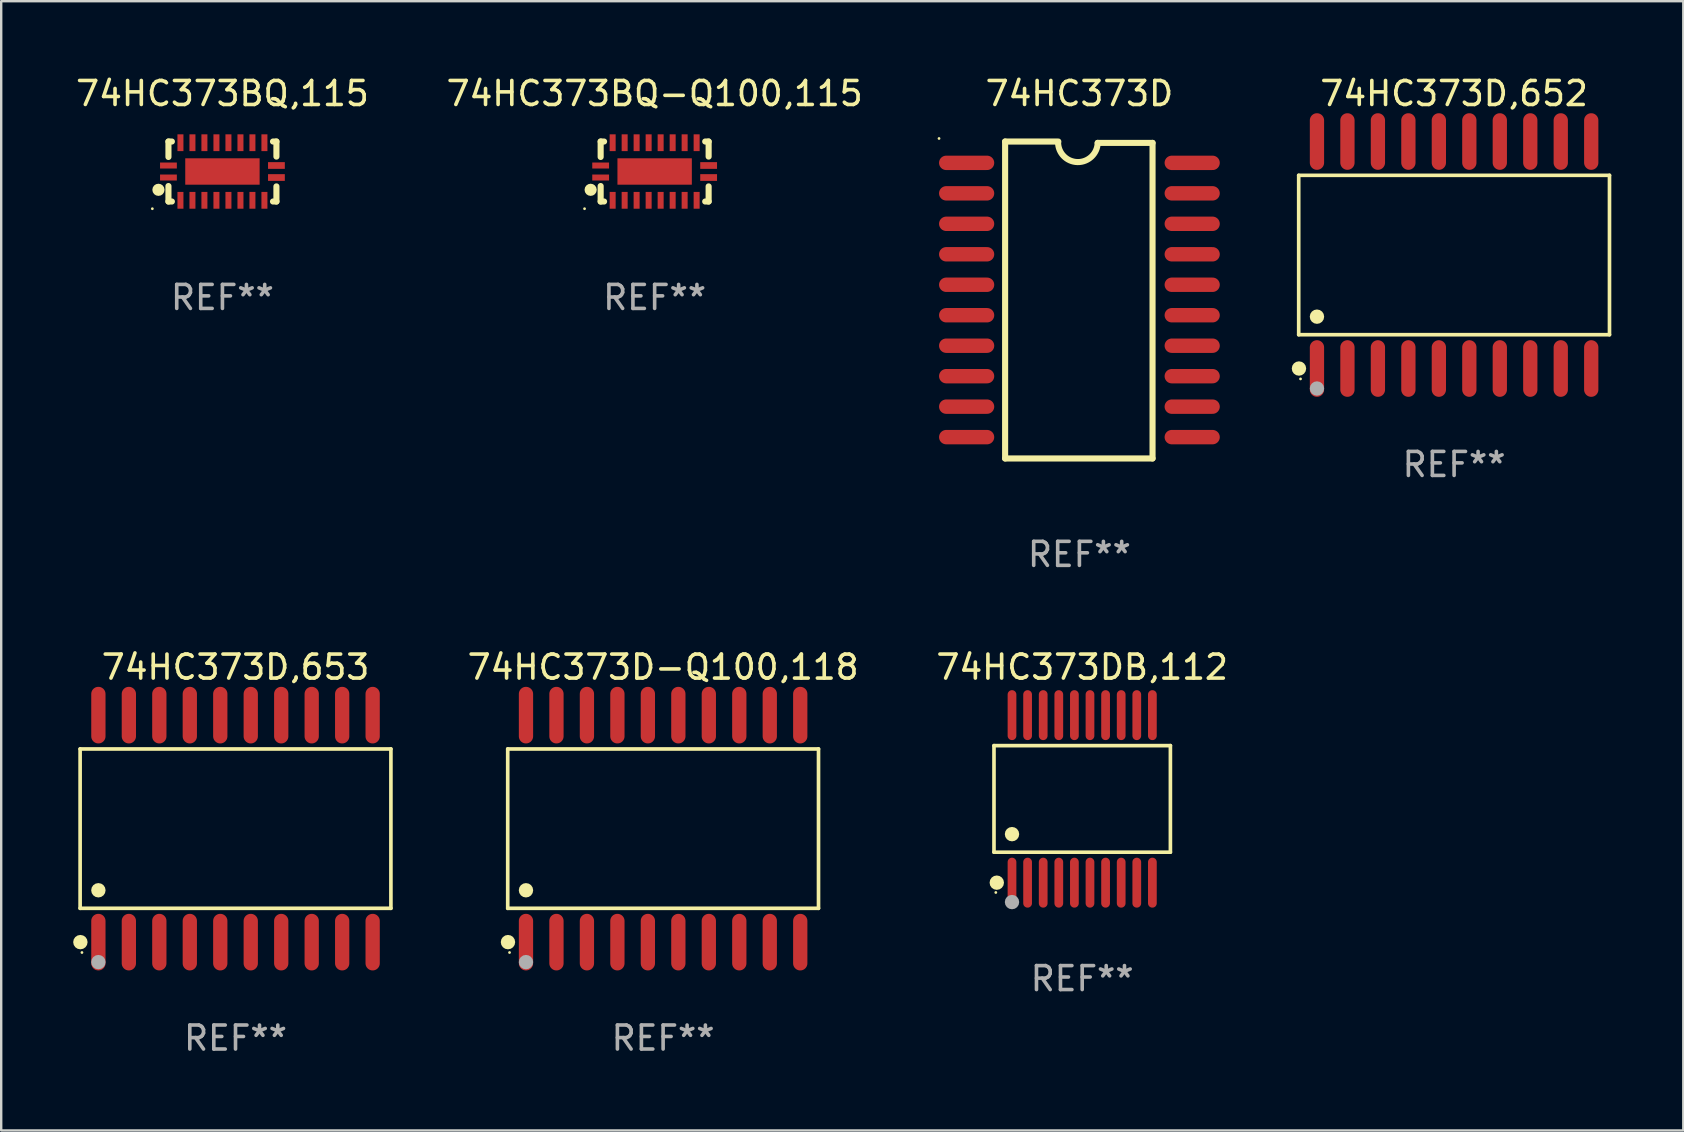
<source format=kicad_pcb>
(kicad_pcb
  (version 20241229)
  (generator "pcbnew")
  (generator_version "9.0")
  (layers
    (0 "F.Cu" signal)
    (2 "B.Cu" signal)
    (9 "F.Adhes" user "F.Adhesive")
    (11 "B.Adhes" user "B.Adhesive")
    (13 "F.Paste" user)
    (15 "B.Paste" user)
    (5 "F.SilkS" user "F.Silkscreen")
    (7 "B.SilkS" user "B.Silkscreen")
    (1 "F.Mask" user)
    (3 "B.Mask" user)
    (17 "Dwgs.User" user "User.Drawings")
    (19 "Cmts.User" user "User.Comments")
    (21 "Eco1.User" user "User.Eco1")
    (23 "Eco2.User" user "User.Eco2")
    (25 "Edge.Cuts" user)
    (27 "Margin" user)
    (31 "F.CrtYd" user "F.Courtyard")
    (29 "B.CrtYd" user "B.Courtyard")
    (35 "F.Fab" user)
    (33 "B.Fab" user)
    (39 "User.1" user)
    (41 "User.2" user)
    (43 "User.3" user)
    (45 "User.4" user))
  (footprint "74HC373DB,112"
    (layer "F.Cu")
    (at 42.05 30.244)
    (property "Reference" "74HC373DB,112" (at 0 -5.491 0) (layer "F.SilkS") (effects (font (size 1 1) (thickness 0.15))))
    (attr through_hole)
    (fp_line (start -3.676 -2.221) (end 3.676 -2.221) (stroke (width 0.152) (type solid)) (layer "F.SilkS"))
    (fp_line (start -3.676 2.221) (end -3.676 -2.221) (stroke (width 0.152) (type solid)) (layer "F.SilkS"))
    (fp_line (start 3.676 -2.221) (end 3.676 2.221) (stroke (width 0.152) (type solid)) (layer "F.SilkS"))
    (fp_line (start 3.676 2.221) (end -3.676 2.221) (stroke (width 0.152) (type solid)) (layer "F.SilkS"))
    (fp_circle (center -3.6 3.9) (end -3.57 3.9) (stroke (width 0.06) (type solid)) (fill no) (layer "F.SilkS"))
    (fp_circle (center -3.559 3.491) (end -3.409 3.491) (stroke (width 0.3) (type solid)) (fill no) (layer "F.SilkS"))
    (fp_circle (center -2.925 1.469) (end -2.775 1.469) (stroke (width 0.3) (type solid)) (fill no) (layer "F.SilkS"))
    (fp_circle (center -2.925 4.3) (end -2.775 4.3) (stroke (width 0.3) (type solid)) (fill no) (layer "F.Fab"))
    (fp_text user "REF**" (at 0 7.491 0) (layer "F.Fab") (effects (font (size 1 1) (thickness 0.15))))
    (pad "1" smd oval (at -2.925 3.491) (size 0.364 2.082) (layers "F.Cu" "F.Mask" "F.Paste"))
    (pad "2" smd oval (at -2.275 3.491) (size 0.364 2.082) (layers "F.Cu" "F.Mask" "F.Paste"))
    (pad "3" smd oval (at -1.625 3.491) (size 0.364 2.082) (layers "F.Cu" "F.Mask" "F.Paste"))
    (pad "4" smd oval (at -0.975 3.491) (size 0.364 2.082) (layers "F.Cu" "F.Mask" "F.Paste"))
    (pad "5" smd oval (at -0.325 3.491) (size 0.364 2.082) (layers "F.Cu" "F.Mask" "F.Paste"))
    (pad "6" smd oval (at 0.325 3.491) (size 0.364 2.082) (layers "F.Cu" "F.Mask" "F.Paste"))
    (pad "7" smd oval (at 0.975 3.491) (size 0.364 2.082) (layers "F.Cu" "F.Mask" "F.Paste"))
    (pad "8" smd oval (at 1.625 3.491) (size 0.364 2.082) (layers "F.Cu" "F.Mask" "F.Paste"))
    (pad "9" smd oval (at 2.275 3.491) (size 0.364 2.082) (layers "F.Cu" "F.Mask" "F.Paste"))
    (pad "10" smd oval (at 2.925 3.491) (size 0.364 2.082) (layers "F.Cu" "F.Mask" "F.Paste"))
    (pad "11" smd oval (at 2.925 -3.491) (size 0.364 2.082) (layers "F.Cu" "F.Mask" "F.Paste"))
    (pad "12" smd oval (at 2.275 -3.491) (size 0.364 2.082) (layers "F.Cu" "F.Mask" "F.Paste"))
    (pad "13" smd oval (at 1.625 -3.491) (size 0.364 2.082) (layers "F.Cu" "F.Mask" "F.Paste"))
    (pad "14" smd oval (at 0.975 -3.491) (size 0.364 2.082) (layers "F.Cu" "F.Mask" "F.Paste"))
    (pad "15" smd oval (at 0.325 -3.491) (size 0.364 2.082) (layers "F.Cu" "F.Mask" "F.Paste"))
    (pad "16" smd oval (at -0.325 -3.491) (size 0.364 2.082) (layers "F.Cu" "F.Mask" "F.Paste"))
    (pad "17" smd oval (at -0.975 -3.491) (size 0.364 2.082) (layers "F.Cu" "F.Mask" "F.Paste"))
    (pad "18" smd oval (at -1.625 -3.491) (size 0.364 2.082) (layers "F.Cu" "F.Mask" "F.Paste"))
    (pad "19" smd oval (at -2.275 -3.491) (size 0.364 2.082) (layers "F.Cu" "F.Mask" "F.Paste"))
    (pad "20" smd oval (at -2.925 -3.491) (size 0.364 2.082) (layers "F.Cu" "F.Mask" "F.Paste")))
  (footprint "74HC373D"
    (layer "F.Cu")
    (at 41.934 9.452)
    (property "Reference" "74HC373D" (at 0 -8.604 0) (layer "F.SilkS") (effects (font (size 1 1) (thickness 0.15))))
    (attr through_hole)
    (fp_line (start -3.096 -6.604) (end -0.879 -6.604) (stroke (width 0.254) (type solid)) (layer "F.SilkS"))
    (fp_line (start -3.096 6.604) (end -3.096 -6.604) (stroke (width 0.254) (type solid)) (layer "F.SilkS"))
    (fp_line (start 0.762 -6.547) (end 3.048 -6.547) (stroke (width 0.254) (type solid)) (layer "F.SilkS"))
    (fp_line (start 3.048 -6.547) (end 3.048 6.604) (stroke (width 0.254) (type solid)) (layer "F.SilkS"))
    (fp_line (start 3.048 6.604) (end -3.096 6.604) (stroke (width 0.254) (type solid)) (layer "F.SilkS"))
    (fp_arc (start 0.761976 -6.547422) (mid -0.076028 -5.747418) (end -0.889027 -6.572821) (stroke (width 0.254001) (type solid)) (layer "F.SilkS"))
    (fp_circle (center -5.85 -6.731) (end -5.82 -6.731) (stroke (width 0.06) (type solid)) (fill no) (layer "F.SilkS"))
    (fp_text user "REF**" (at 0 10.604 0) (layer "F.Fab") (effects (font (size 1 1) (thickness 0.15))))
    (pad "1" smd oval (at -4.7 -5.715 90) (size 0.6 2.3) (layers "F.Cu" "F.Mask" "F.Paste"))
    (pad "2" smd oval (at -4.7 -4.445 90) (size 0.6 2.3) (layers "F.Cu" "F.Mask" "F.Paste"))
    (pad "3" smd oval (at -4.7 -3.175 90) (size 0.6 2.3) (layers "F.Cu" "F.Mask" "F.Paste"))
    (pad "4" smd oval (at -4.7 -1.905 90) (size 0.6 2.3) (layers "F.Cu" "F.Mask" "F.Paste"))
    (pad "5" smd oval (at -4.7 -0.635 90) (size 0.6 2.3) (layers "F.Cu" "F.Mask" "F.Paste"))
    (pad "6" smd oval (at -4.7 0.635 90) (size 0.6 2.3) (layers "F.Cu" "F.Mask" "F.Paste"))
    (pad "7" smd oval (at -4.7 1.905 90) (size 0.6 2.3) (layers "F.Cu" "F.Mask" "F.Paste"))
    (pad "8" smd oval (at -4.7 3.175 90) (size 0.6 2.3) (layers "F.Cu" "F.Mask" "F.Paste"))
    (pad "9" smd oval (at -4.7 4.445 90) (size 0.6 2.3) (layers "F.Cu" "F.Mask" "F.Paste"))
    (pad "10" smd oval (at -4.7 5.715 90) (size 0.6 2.3) (layers "F.Cu" "F.Mask" "F.Paste"))
    (pad "11" smd oval (at 4.7 5.715 90) (size 0.6 2.3) (layers "F.Cu" "F.Mask" "F.Paste"))
    (pad "12" smd oval (at 4.7 4.445 90) (size 0.6 2.3) (layers "F.Cu" "F.Mask" "F.Paste"))
    (pad "13" smd oval (at 4.7 3.175 90) (size 0.6 2.3) (layers "F.Cu" "F.Mask" "F.Paste"))
    (pad "14" smd oval (at 4.7 1.905 90) (size 0.6 2.3) (layers "F.Cu" "F.Mask" "F.Paste"))
    (pad "15" smd oval (at 4.7 0.635 90) (size 0.6 2.3) (layers "F.Cu" "F.Mask" "F.Paste"))
    (pad "16" smd oval (at 4.7 -0.635 90) (size 0.6 2.3) (layers "F.Cu" "F.Mask" "F.Paste"))
    (pad "17" smd oval (at 4.7 -1.905 90) (size 0.6 2.3) (layers "F.Cu" "F.Mask" "F.Paste"))
    (pad "18" smd oval (at 4.7 -3.175 90) (size 0.6 2.3) (layers "F.Cu" "F.Mask" "F.Paste"))
    (pad "19" smd oval (at 4.7 -4.445 90) (size 0.6 2.3) (layers "F.Cu" "F.Mask" "F.Paste"))
    (pad "20" smd oval (at 4.7 -5.715 90) (size 0.6 2.3) (layers "F.Cu" "F.Mask" "F.Paste")))
  (footprint "74HC373D,653"
    (layer "F.Cu")
    (at 6.765 31.483)
    (property "Reference" "74HC373D,653" (at 0 -6.73 0) (layer "F.SilkS") (effects (font (size 1 1) (thickness 0.15))))
    (attr through_hole)
    (fp_line (start -6.476 -3.321) (end 6.476 -3.321) (stroke (width 0.152) (type solid)) (layer "F.SilkS"))
    (fp_line (start -6.476 3.321) (end -6.476 -3.321) (stroke (width 0.152) (type solid)) (layer "F.SilkS"))
    (fp_line (start 6.476 -3.321) (end 6.476 3.321) (stroke (width 0.152) (type solid)) (layer "F.SilkS"))
    (fp_line (start 6.476 3.321) (end -6.476 3.321) (stroke (width 0.152) (type solid)) (layer "F.SilkS"))
    (fp_circle (center -6.465 4.73) (end -6.315 4.73) (stroke (width 0.3) (type solid)) (fill no) (layer "F.SilkS"))
    (fp_circle (center -6.4 5.163) (end -6.37 5.163) (stroke (width 0.06) (type solid)) (fill no) (layer "F.SilkS"))
    (fp_circle (center -5.715 2.569) (end -5.565 2.569) (stroke (width 0.3) (type solid)) (fill no) (layer "F.SilkS"))
    (fp_circle (center -5.715 5.563) (end -5.565 5.563) (stroke (width 0.3) (type solid)) (fill no) (layer "F.Fab"))
    (fp_text user "REF**" (at 0 8.73 0) (layer "F.Fab") (effects (font (size 1 1) (thickness 0.15))))
    (pad "1" smd oval (at -5.715 4.73) (size 0.595 2.36) (layers "F.Cu" "F.Mask" "F.Paste"))
    (pad "2" smd oval (at -4.445 4.73) (size 0.595 2.36) (layers "F.Cu" "F.Mask" "F.Paste"))
    (pad "3" smd oval (at -3.175 4.73) (size 0.595 2.36) (layers "F.Cu" "F.Mask" "F.Paste"))
    (pad "4" smd oval (at -1.905 4.73) (size 0.595 2.36) (layers "F.Cu" "F.Mask" "F.Paste"))
    (pad "5" smd oval (at -0.635 4.73) (size 0.595 2.36) (layers "F.Cu" "F.Mask" "F.Paste"))
    (pad "6" smd oval (at 0.635 4.73) (size 0.595 2.36) (layers "F.Cu" "F.Mask" "F.Paste"))
    (pad "7" smd oval (at 1.905 4.73) (size 0.595 2.36) (layers "F.Cu" "F.Mask" "F.Paste"))
    (pad "8" smd oval (at 3.175 4.73) (size 0.595 2.36) (layers "F.Cu" "F.Mask" "F.Paste"))
    (pad "9" smd oval (at 4.445 4.73) (size 0.595 2.36) (layers "F.Cu" "F.Mask" "F.Paste"))
    (pad "10" smd oval (at 5.715 4.73) (size 0.595 2.36) (layers "F.Cu" "F.Mask" "F.Paste"))
    (pad "11" smd oval (at 5.715 -4.73) (size 0.595 2.36) (layers "F.Cu" "F.Mask" "F.Paste"))
    (pad "12" smd oval (at 4.445 -4.73) (size 0.595 2.36) (layers "F.Cu" "F.Mask" "F.Paste"))
    (pad "13" smd oval (at 3.175 -4.73) (size 0.595 2.36) (layers "F.Cu" "F.Mask" "F.Paste"))
    (pad "14" smd oval (at 1.905 -4.73) (size 0.595 2.36) (layers "F.Cu" "F.Mask" "F.Paste"))
    (pad "15" smd oval (at 0.635 -4.73) (size 0.595 2.36) (layers "F.Cu" "F.Mask" "F.Paste"))
    (pad "16" smd oval (at -0.635 -4.73) (size 0.595 2.36) (layers "F.Cu" "F.Mask" "F.Paste"))
    (pad "17" smd oval (at -1.905 -4.73) (size 0.595 2.36) (layers "F.Cu" "F.Mask" "F.Paste"))
    (pad "18" smd oval (at -3.175 -4.73) (size 0.595 2.36) (layers "F.Cu" "F.Mask" "F.Paste"))
    (pad "19" smd oval (at -4.445 -4.73) (size 0.595 2.36) (layers "F.Cu" "F.Mask" "F.Paste"))
    (pad "20" smd oval (at -5.715 -4.73) (size 0.595 2.36) (layers "F.Cu" "F.Mask" "F.Paste")))
  (footprint "74HC373D,652"
    (layer "F.Cu")
    (at 57.549 7.578)
    (property "Reference" "74HC373D,652" (at 0 -6.73 0) (layer "F.SilkS") (effects (font (size 1 1) (thickness 0.15))))
    (attr through_hole)
    (fp_line (start -6.476 -3.321) (end 6.476 -3.321) (stroke (width 0.152) (type solid)) (layer "F.SilkS"))
    (fp_line (start -6.476 3.321) (end -6.476 -3.321) (stroke (width 0.152) (type solid)) (layer "F.SilkS"))
    (fp_line (start 6.476 -3.321) (end 6.476 3.321) (stroke (width 0.152) (type solid)) (layer "F.SilkS"))
    (fp_line (start 6.476 3.321) (end -6.476 3.321) (stroke (width 0.152) (type solid)) (layer "F.SilkS"))
    (fp_circle (center -6.465 4.73) (end -6.315 4.73) (stroke (width 0.3) (type solid)) (fill no) (layer "F.SilkS"))
    (fp_circle (center -6.4 5.163) (end -6.37 5.163) (stroke (width 0.06) (type solid)) (fill no) (layer "F.SilkS"))
    (fp_circle (center -5.715 2.569) (end -5.565 2.569) (stroke (width 0.3) (type solid)) (fill no) (layer "F.SilkS"))
    (fp_circle (center -5.715 5.563) (end -5.565 5.563) (stroke (width 0.3) (type solid)) (fill no) (layer "F.Fab"))
    (fp_text user "REF**" (at 0 8.73 0) (layer "F.Fab") (effects (font (size 1 1) (thickness 0.15))))
    (pad "1" smd oval (at -5.715 4.73) (size 0.595 2.36) (layers "F.Cu" "F.Mask" "F.Paste"))
    (pad "2" smd oval (at -4.445 4.73) (size 0.595 2.36) (layers "F.Cu" "F.Mask" "F.Paste"))
    (pad "3" smd oval (at -3.175 4.73) (size 0.595 2.36) (layers "F.Cu" "F.Mask" "F.Paste"))
    (pad "4" smd oval (at -1.905 4.73) (size 0.595 2.36) (layers "F.Cu" "F.Mask" "F.Paste"))
    (pad "5" smd oval (at -0.635 4.73) (size 0.595 2.36) (layers "F.Cu" "F.Mask" "F.Paste"))
    (pad "6" smd oval (at 0.635 4.73) (size 0.595 2.36) (layers "F.Cu" "F.Mask" "F.Paste"))
    (pad "7" smd oval (at 1.905 4.73) (size 0.595 2.36) (layers "F.Cu" "F.Mask" "F.Paste"))
    (pad "8" smd oval (at 3.175 4.73) (size 0.595 2.36) (layers "F.Cu" "F.Mask" "F.Paste"))
    (pad "9" smd oval (at 4.445 4.73) (size 0.595 2.36) (layers "F.Cu" "F.Mask" "F.Paste"))
    (pad "10" smd oval (at 5.715 4.73) (size 0.595 2.36) (layers "F.Cu" "F.Mask" "F.Paste"))
    (pad "11" smd oval (at 5.715 -4.73) (size 0.595 2.36) (layers "F.Cu" "F.Mask" "F.Paste"))
    (pad "12" smd oval (at 4.445 -4.73) (size 0.595 2.36) (layers "F.Cu" "F.Mask" "F.Paste"))
    (pad "13" smd oval (at 3.175 -4.73) (size 0.595 2.36) (layers "F.Cu" "F.Mask" "F.Paste"))
    (pad "14" smd oval (at 1.905 -4.73) (size 0.595 2.36) (layers "F.Cu" "F.Mask" "F.Paste"))
    (pad "15" smd oval (at 0.635 -4.73) (size 0.595 2.36) (layers "F.Cu" "F.Mask" "F.Paste"))
    (pad "16" smd oval (at -0.635 -4.73) (size 0.595 2.36) (layers "F.Cu" "F.Mask" "F.Paste"))
    (pad "17" smd oval (at -1.905 -4.73) (size 0.595 2.36) (layers "F.Cu" "F.Mask" "F.Paste"))
    (pad "18" smd oval (at -3.175 -4.73) (size 0.595 2.36) (layers "F.Cu" "F.Mask" "F.Paste"))
    (pad "19" smd oval (at -4.445 -4.73) (size 0.595 2.36) (layers "F.Cu" "F.Mask" "F.Paste"))
    (pad "20" smd oval (at -5.715 -4.73) (size 0.595 2.36) (layers "F.Cu" "F.Mask" "F.Paste")))
  (footprint "74HC373BQ,115"
    (layer "F.Cu")
    (at 6.22 4.098)
    (property "Reference" "74HC373BQ,115" (at 0 -3.25 0) (layer "F.SilkS") (effects (font (size 1 1) (thickness 0.15))))
    (attr through_hole)
    (fp_line (start -2.25 0.605) (end -2.25 1.25) (stroke (width 0.254) (type solid)) (layer "F.SilkS"))
    (fp_line (start -2.25 1.25) (end -2.107 1.25) (stroke (width 0.254) (type solid)) (layer "F.SilkS"))
    (fp_line (start -2.25 -1.25) (end -2.25 -0.606) (stroke (width 0.254) (type solid)) (layer "F.SilkS"))
    (fp_line (start -2.25 -1.25) (end -2.107 -1.25) (stroke (width 0.254) (type solid)) (layer "F.SilkS"))
    (fp_line (start 2.107 -1.25) (end 2.25 -1.25) (stroke (width 0.254) (type solid)) (layer "F.SilkS"))
    (fp_line (start 2.107 1.25) (end 2.25 1.25) (stroke (width 0.254) (type solid)) (layer "F.SilkS"))
    (fp_line (start 2.25 -1.25) (end 2.25 -0.622) (stroke (width 0.254) (type solid)) (layer "F.SilkS"))
    (fp_line (start 2.25 0.62) (end 2.25 1.25) (stroke (width 0.254) (type solid)) (layer "F.SilkS"))
    (fp_circle (center -2.921 1.55) (end -2.891 1.55) (stroke (width 0.06) (type solid)) (fill no) (layer "F.SilkS"))
    (fp_circle (center -2.667 0.762) (end -2.54 0.762) (stroke (width 0.254) (type solid)) (fill no) (layer "F.SilkS"))
    (fp_text user "REF**" (at 0 5.25 0) (layer "F.Fab") (effects (font (size 1 1) (thickness 0.15))))
    (pad "1" smd rect (at -2.25 0.25 180) (size 0.7 0.25) (layers "F.Cu" "F.Mask" "F.Paste"))
    (pad "2" smd rect (at -1.75 1.2 90) (size 0.7 0.25) (layers "F.Cu" "F.Mask" "F.Paste"))
    (pad "3" smd rect (at -1.25 1.2 90) (size 0.7 0.25) (layers "F.Cu" "F.Mask" "F.Paste"))
    (pad "4" smd rect (at -0.751 1.2 90) (size 0.7 0.25) (layers "F.Cu" "F.Mask" "F.Paste"))
    (pad "5" smd rect (at -0.25 1.2 90) (size 0.7 0.25) (layers "F.Cu" "F.Mask" "F.Paste"))
    (pad "6" smd rect (at 0.25 1.2 90) (size 0.7 0.25) (layers "F.Cu" "F.Mask" "F.Paste"))
    (pad "7" smd rect (at 0.751 1.2 90) (size 0.7 0.25) (layers "F.Cu" "F.Mask" "F.Paste"))
    (pad "8" smd rect (at 1.25 1.2 90) (size 0.7 0.25) (layers "F.Cu" "F.Mask" "F.Paste"))
    (pad "9" smd rect (at 1.75 1.2 90) (size 0.7 0.25) (layers "F.Cu" "F.Mask" "F.Paste"))
    (pad "10" smd rect (at 2.25 0.25 180) (size 0.7 0.28) (layers "F.Cu" "F.Mask" "F.Paste"))
    (pad "11" smd rect (at 2.25 -0.251 180) (size 0.7 0.28) (layers "F.Cu" "F.Mask" "F.Paste"))
    (pad "12" smd rect (at 1.75 -1.2 90) (size 0.7 0.25) (layers "F.Cu" "F.Mask" "F.Paste"))
    (pad "13" smd rect (at 1.25 -1.2 90) (size 0.7 0.25) (layers "F.Cu" "F.Mask" "F.Paste"))
    (pad "14" smd rect (at 0.751 -1.2 90) (size 0.7 0.25) (layers "F.Cu" "F.Mask" "F.Paste"))
    (pad "15" smd rect (at 0.25 -1.2 90) (size 0.7 0.25) (layers "F.Cu" "F.Mask" "F.Paste"))
    (pad "16" smd rect (at -0.25 -1.2 90) (size 0.7 0.25) (layers "F.Cu" "F.Mask" "F.Paste"))
    (pad "17" smd rect (at -0.751 -1.2 90) (size 0.7 0.25) (layers "F.Cu" "F.Mask" "F.Paste"))
    (pad "18" smd rect (at -1.25 -1.2 90) (size 0.7 0.25) (layers "F.Cu" "F.Mask" "F.Paste"))
    (pad "19" smd rect (at -1.75 -1.2 90) (size 0.7 0.25) (layers "F.Cu" "F.Mask" "F.Paste"))
    (pad "20" smd rect (at -2.25 -0.25 180) (size 0.7 0.25) (layers "F.Cu" "F.Mask" "F.Paste"))
    (pad "21" smd rect (at 0 -0.001 180) (size 3.1 1.1) (layers "F.Cu" "F.Mask" "F.Paste")))
  (footprint "74HC373BQ-Q100,115"
    (layer "F.Cu")
    (at 24.232 4.098)
    (property "Reference" "74HC373BQ-Q100,115" (at 0 -3.25 0) (layer "F.SilkS") (effects (font (size 1 1) (thickness 0.15))))
    (attr through_hole)
    (fp_line (start -2.25 0.605) (end -2.25 1.25) (stroke (width 0.254) (type solid)) (layer "F.SilkS"))
    (fp_line (start -2.25 1.25) (end -2.107 1.25) (stroke (width 0.254) (type solid)) (layer "F.SilkS"))
    (fp_line (start -2.25 -1.25) (end -2.25 -0.606) (stroke (width 0.254) (type solid)) (layer "F.SilkS"))
    (fp_line (start -2.25 -1.25) (end -2.107 -1.25) (stroke (width 0.254) (type solid)) (layer "F.SilkS"))
    (fp_line (start 2.107 -1.25) (end 2.25 -1.25) (stroke (width 0.254) (type solid)) (layer "F.SilkS"))
    (fp_line (start 2.107 1.25) (end 2.25 1.25) (stroke (width 0.254) (type solid)) (layer "F.SilkS"))
    (fp_line (start 2.25 -1.25) (end 2.25 -0.622) (stroke (width 0.254) (type solid)) (layer "F.SilkS"))
    (fp_line (start 2.25 0.62) (end 2.25 1.25) (stroke (width 0.254) (type solid)) (layer "F.SilkS"))
    (fp_circle (center -2.921 1.55) (end -2.891 1.55) (stroke (width 0.06) (type solid)) (fill no) (layer "F.SilkS"))
    (fp_circle (center -2.667 0.762) (end -2.54 0.762) (stroke (width 0.254) (type solid)) (fill no) (layer "F.SilkS"))
    (fp_text user "REF**" (at 0 5.25 0) (layer "F.Fab") (effects (font (size 1 1) (thickness 0.15))))
    (pad "1" smd rect (at -2.25 0.25 180) (size 0.7 0.25) (layers "F.Cu" "F.Mask" "F.Paste"))
    (pad "2" smd rect (at -1.75 1.2 90) (size 0.7 0.25) (layers "F.Cu" "F.Mask" "F.Paste"))
    (pad "3" smd rect (at -1.25 1.2 90) (size 0.7 0.25) (layers "F.Cu" "F.Mask" "F.Paste"))
    (pad "4" smd rect (at -0.751 1.2 90) (size 0.7 0.25) (layers "F.Cu" "F.Mask" "F.Paste"))
    (pad "5" smd rect (at -0.25 1.2 90) (size 0.7 0.25) (layers "F.Cu" "F.Mask" "F.Paste"))
    (pad "6" smd rect (at 0.25 1.2 90) (size 0.7 0.25) (layers "F.Cu" "F.Mask" "F.Paste"))
    (pad "7" smd rect (at 0.751 1.2 90) (size 0.7 0.25) (layers "F.Cu" "F.Mask" "F.Paste"))
    (pad "8" smd rect (at 1.25 1.2 90) (size 0.7 0.25) (layers "F.Cu" "F.Mask" "F.Paste"))
    (pad "9" smd rect (at 1.75 1.2 90) (size 0.7 0.25) (layers "F.Cu" "F.Mask" "F.Paste"))
    (pad "10" smd rect (at 2.25 0.25 180) (size 0.7 0.28) (layers "F.Cu" "F.Mask" "F.Paste"))
    (pad "11" smd rect (at 2.25 -0.251 180) (size 0.7 0.28) (layers "F.Cu" "F.Mask" "F.Paste"))
    (pad "12" smd rect (at 1.75 -1.2 90) (size 0.7 0.25) (layers "F.Cu" "F.Mask" "F.Paste"))
    (pad "13" smd rect (at 1.25 -1.2 90) (size 0.7 0.25) (layers "F.Cu" "F.Mask" "F.Paste"))
    (pad "14" smd rect (at 0.751 -1.2 90) (size 0.7 0.25) (layers "F.Cu" "F.Mask" "F.Paste"))
    (pad "15" smd rect (at 0.25 -1.2 90) (size 0.7 0.25) (layers "F.Cu" "F.Mask" "F.Paste"))
    (pad "16" smd rect (at -0.25 -1.2 90) (size 0.7 0.25) (layers "F.Cu" "F.Mask" "F.Paste"))
    (pad "17" smd rect (at -0.751 -1.2 90) (size 0.7 0.25) (layers "F.Cu" "F.Mask" "F.Paste"))
    (pad "18" smd rect (at -1.25 -1.2 90) (size 0.7 0.25) (layers "F.Cu" "F.Mask" "F.Paste"))
    (pad "19" smd rect (at -1.75 -1.2 90) (size 0.7 0.25) (layers "F.Cu" "F.Mask" "F.Paste"))
    (pad "20" smd rect (at -2.25 -0.25 180) (size 0.7 0.25) (layers "F.Cu" "F.Mask" "F.Paste"))
    (pad "21" smd rect (at 0 -0.001 180) (size 3.1 1.1) (layers "F.Cu" "F.Mask" "F.Paste")))
  (footprint "74HC373D-Q100,118"
    (layer "F.Cu")
    (at 24.585 31.483)
    (property "Reference" "74HC373D-Q100,118" (at 0 -6.73 0) (layer "F.SilkS") (effects (font (size 1 1) (thickness 0.15))))
    (attr through_hole)
    (fp_line (start -6.476 -3.321) (end 6.476 -3.321) (stroke (width 0.152) (type solid)) (layer "F.SilkS"))
    (fp_line (start -6.476 3.321) (end -6.476 -3.321) (stroke (width 0.152) (type solid)) (layer "F.SilkS"))
    (fp_line (start 6.476 -3.321) (end 6.476 3.321) (stroke (width 0.152) (type solid)) (layer "F.SilkS"))
    (fp_line (start 6.476 3.321) (end -6.476 3.321) (stroke (width 0.152) (type solid)) (layer "F.SilkS"))
    (fp_circle (center -6.465 4.73) (end -6.315 4.73) (stroke (width 0.3) (type solid)) (fill no) (layer "F.SilkS"))
    (fp_circle (center -6.4 5.163) (end -6.37 5.163) (stroke (width 0.06) (type solid)) (fill no) (layer "F.SilkS"))
    (fp_circle (center -5.715 2.569) (end -5.565 2.569) (stroke (width 0.3) (type solid)) (fill no) (layer "F.SilkS"))
    (fp_circle (center -5.715 5.563) (end -5.565 5.563) (stroke (width 0.3) (type solid)) (fill no) (layer "F.Fab"))
    (fp_text user "REF**" (at 0 8.73 0) (layer "F.Fab") (effects (font (size 1 1) (thickness 0.15))))
    (pad "1" smd oval (at -5.715 4.73) (size 0.595 2.36) (layers "F.Cu" "F.Mask" "F.Paste"))
    (pad "2" smd oval (at -4.445 4.73) (size 0.595 2.36) (layers "F.Cu" "F.Mask" "F.Paste"))
    (pad "3" smd oval (at -3.175 4.73) (size 0.595 2.36) (layers "F.Cu" "F.Mask" "F.Paste"))
    (pad "4" smd oval (at -1.905 4.73) (size 0.595 2.36) (layers "F.Cu" "F.Mask" "F.Paste"))
    (pad "5" smd oval (at -0.635 4.73) (size 0.595 2.36) (layers "F.Cu" "F.Mask" "F.Paste"))
    (pad "6" smd oval (at 0.635 4.73) (size 0.595 2.36) (layers "F.Cu" "F.Mask" "F.Paste"))
    (pad "7" smd oval (at 1.905 4.73) (size 0.595 2.36) (layers "F.Cu" "F.Mask" "F.Paste"))
    (pad "8" smd oval (at 3.175 4.73) (size 0.595 2.36) (layers "F.Cu" "F.Mask" "F.Paste"))
    (pad "9" smd oval (at 4.445 4.73) (size 0.595 2.36) (layers "F.Cu" "F.Mask" "F.Paste"))
    (pad "10" smd oval (at 5.715 4.73) (size 0.595 2.36) (layers "F.Cu" "F.Mask" "F.Paste"))
    (pad "11" smd oval (at 5.715 -4.73) (size 0.595 2.36) (layers "F.Cu" "F.Mask" "F.Paste"))
    (pad "12" smd oval (at 4.445 -4.73) (size 0.595 2.36) (layers "F.Cu" "F.Mask" "F.Paste"))
    (pad "13" smd oval (at 3.175 -4.73) (size 0.595 2.36) (layers "F.Cu" "F.Mask" "F.Paste"))
    (pad "14" smd oval (at 1.905 -4.73) (size 0.595 2.36) (layers "F.Cu" "F.Mask" "F.Paste"))
    (pad "15" smd oval (at 0.635 -4.73) (size 0.595 2.36) (layers "F.Cu" "F.Mask" "F.Paste"))
    (pad "16" smd oval (at -0.635 -4.73) (size 0.595 2.36) (layers "F.Cu" "F.Mask" "F.Paste"))
    (pad "17" smd oval (at -1.905 -4.73) (size 0.595 2.36) (layers "F.Cu" "F.Mask" "F.Paste"))
    (pad "18" smd oval (at -3.175 -4.73) (size 0.595 2.36) (layers "F.Cu" "F.Mask" "F.Paste"))
    (pad "19" smd oval (at -4.445 -4.73) (size 0.595 2.36) (layers "F.Cu" "F.Mask" "F.Paste"))
    (pad "20" smd oval (at -5.715 -4.73) (size 0.595 2.36) (layers "F.Cu" "F.Mask" "F.Paste")))
  (gr_rect
    (start -3 -3)
    (end 67.101 44.061)
    (stroke (width 0.1) (type default))
    (fill no)
    (layer "Edge.Cuts")))
</source>
